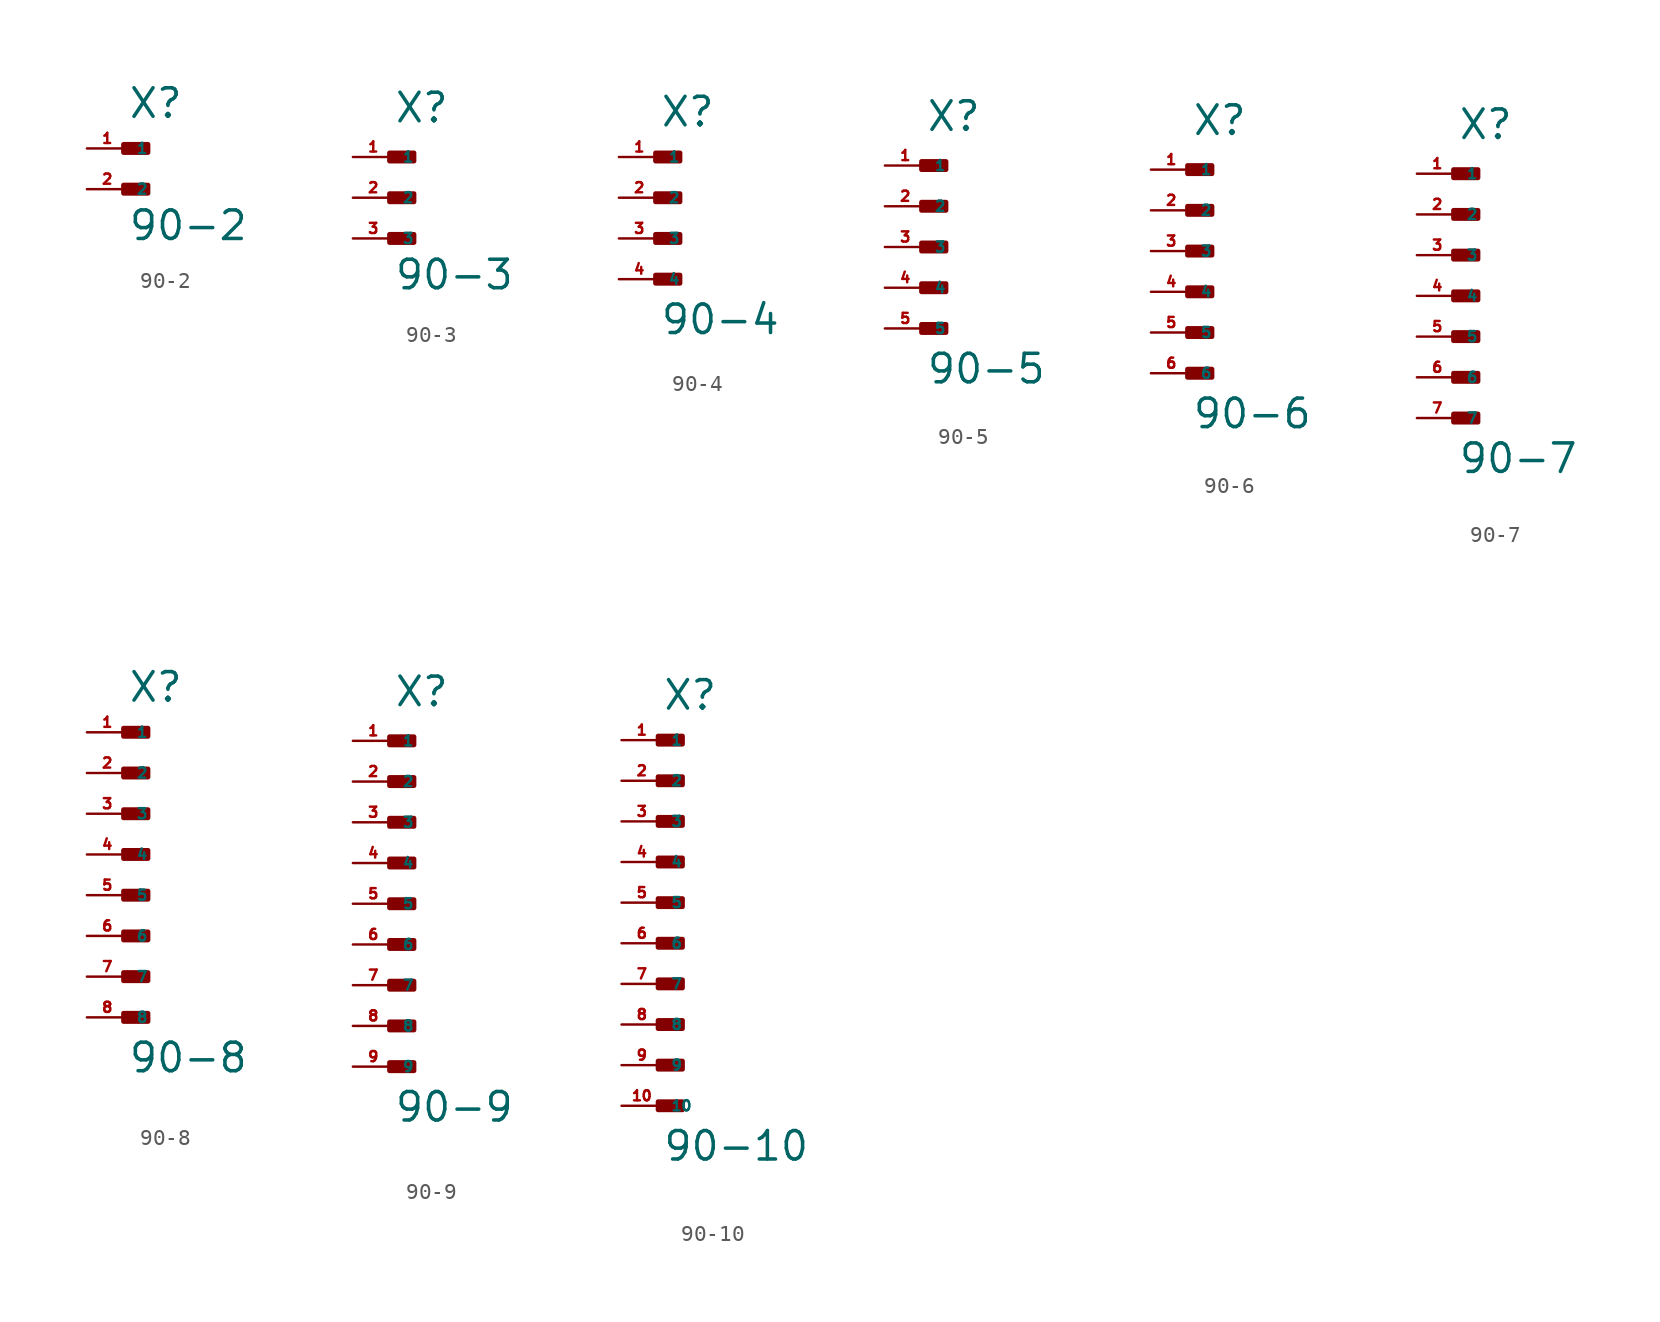
<source format=kicad_sym>
(kicad_symbol_lib
  (version 20220914)
  (generator Eagle2Kicad)
  (symbol "90-2"
    (property "Reference" "X"
      (at 0 1.778 0)
      (effects (font (size 1.778 1.778) (thickness 0.22)) (justify left bottom)))
    (property "Value" "90-2"
      (at 0 -5.842 0)
      (effects (font (size 1.778 1.778) (thickness 0.22)) (justify left bottom)))
    (rectangle
      (start -0.254 -0.254)
      (end 1.27 0.254)
      (stroke (width 0.3) (type default))
      (fill (type outline)))
    (rectangle
      (start -0.254 -2.794)
      (end 1.27 -2.286)
      (stroke (width 0.3) (type default))
      (fill (type outline)))
    (pin passive line
      (at -2.54 0 0)
      (length 2.54)
      (name "1" (effects (font (size 0.635 0.635) (thickness 0.08)) (justify left bottom)))
      (number "1" (effects (font (size 0.635 0.635) (thickness 0.08)) (justify left bottom))))
    (pin passive line
      (at -2.54 -2.54 0)
      (length 2.54)
      (name "2" (effects (font (size 0.635 0.635) (thickness 0.08)) (justify left bottom)))
      (number "2" (effects (font (size 0.635 0.635) (thickness 0.08)) (justify left bottom)))))
  (symbol "90-3"
    (property "Reference" "X"
      (at 0 4.572 0)
      (effects (font (size 1.778 1.778) (thickness 0.22)) (justify left bottom)))
    (property "Value" "90-3"
      (at 0 -5.842 0)
      (effects (font (size 1.778 1.778) (thickness 0.22)) (justify left bottom)))
    (rectangle
      (start -0.254 2.286)
      (end 1.27 2.794)
      (stroke (width 0.3) (type default))
      (fill (type outline)))
    (rectangle
      (start -0.254 -0.254)
      (end 1.27 0.254)
      (stroke (width 0.3) (type default))
      (fill (type outline)))
    (rectangle
      (start -0.254 -2.794)
      (end 1.27 -2.286)
      (stroke (width 0.3) (type default))
      (fill (type outline)))
    (pin passive line
      (at -2.54 2.54 0)
      (length 2.54)
      (name "1" (effects (font (size 0.635 0.635) (thickness 0.08)) (justify left bottom)))
      (number "1" (effects (font (size 0.635 0.635) (thickness 0.08)) (justify left bottom))))
    (pin passive line
      (at -2.54 0 0)
      (length 2.54)
      (name "2" (effects (font (size 0.635 0.635) (thickness 0.08)) (justify left bottom)))
      (number "2" (effects (font (size 0.635 0.635) (thickness 0.08)) (justify left bottom))))
    (pin passive line
      (at -2.54 -2.54 0)
      (length 2.54)
      (name "3" (effects (font (size 0.635 0.635) (thickness 0.08)) (justify left bottom)))
      (number "3" (effects (font (size 0.635 0.635) (thickness 0.08)) (justify left bottom)))))
  (symbol "90-4"
    (property "Reference" "X"
      (at 0 4.318 0)
      (effects (font (size 1.778 1.778) (thickness 0.22)) (justify left bottom)))
    (property "Value" "90-4"
      (at 0 -8.636 0)
      (effects (font (size 1.778 1.778) (thickness 0.22)) (justify left bottom)))
    (rectangle
      (start -0.254 2.286)
      (end 1.27 2.794)
      (stroke (width 0.3) (type default))
      (fill (type outline)))
    (rectangle
      (start -0.254 -0.254)
      (end 1.27 0.254)
      (stroke (width 0.3) (type default))
      (fill (type outline)))
    (rectangle
      (start -0.254 -2.794)
      (end 1.27 -2.286)
      (stroke (width 0.3) (type default))
      (fill (type outline)))
    (rectangle
      (start -0.254 -5.334)
      (end 1.27 -4.826)
      (stroke (width 0.3) (type default))
      (fill (type outline)))
    (pin passive line
      (at -2.54 2.54 0)
      (length 2.54)
      (name "1" (effects (font (size 0.635 0.635) (thickness 0.08)) (justify left bottom)))
      (number "1" (effects (font (size 0.635 0.635) (thickness 0.08)) (justify left bottom))))
    (pin passive line
      (at -2.54 0 0)
      (length 2.54)
      (name "2" (effects (font (size 0.635 0.635) (thickness 0.08)) (justify left bottom)))
      (number "2" (effects (font (size 0.635 0.635) (thickness 0.08)) (justify left bottom))))
    (pin passive line
      (at -2.54 -2.54 0)
      (length 2.54)
      (name "3" (effects (font (size 0.635 0.635) (thickness 0.08)) (justify left bottom)))
      (number "3" (effects (font (size 0.635 0.635) (thickness 0.08)) (justify left bottom))))
    (pin passive line
      (at -2.54 -5.08 0)
      (length 2.54)
      (name "4" (effects (font (size 0.635 0.635) (thickness 0.08)) (justify left bottom)))
      (number "4" (effects (font (size 0.635 0.635) (thickness 0.08)) (justify left bottom)))))
  (symbol "90-5"
    (property "Reference" "X"
      (at 0 7.112 0)
      (effects (font (size 1.778 1.778) (thickness 0.22)) (justify left bottom)))
    (property "Value" "90-5"
      (at 0 -8.636 0)
      (effects (font (size 1.778 1.778) (thickness 0.22)) (justify left bottom)))
    (rectangle
      (start -0.254 4.826)
      (end 1.27 5.334)
      (stroke (width 0.3) (type default))
      (fill (type outline)))
    (rectangle
      (start -0.254 2.286)
      (end 1.27 2.794)
      (stroke (width 0.3) (type default))
      (fill (type outline)))
    (rectangle
      (start -0.254 -0.254)
      (end 1.27 0.254)
      (stroke (width 0.3) (type default))
      (fill (type outline)))
    (rectangle
      (start -0.254 -2.794)
      (end 1.27 -2.286)
      (stroke (width 0.3) (type default))
      (fill (type outline)))
    (rectangle
      (start -0.254 -5.334)
      (end 1.27 -4.826)
      (stroke (width 0.3) (type default))
      (fill (type outline)))
    (pin passive line
      (at -2.54 5.08 0)
      (length 2.54)
      (name "1" (effects (font (size 0.635 0.635) (thickness 0.08)) (justify left bottom)))
      (number "1" (effects (font (size 0.635 0.635) (thickness 0.08)) (justify left bottom))))
    (pin passive line
      (at -2.54 2.54 0)
      (length 2.54)
      (name "2" (effects (font (size 0.635 0.635) (thickness 0.08)) (justify left bottom)))
      (number "2" (effects (font (size 0.635 0.635) (thickness 0.08)) (justify left bottom))))
    (pin passive line
      (at -2.54 0 0)
      (length 2.54)
      (name "3" (effects (font (size 0.635 0.635) (thickness 0.08)) (justify left bottom)))
      (number "3" (effects (font (size 0.635 0.635) (thickness 0.08)) (justify left bottom))))
    (pin passive line
      (at -2.54 -2.54 0)
      (length 2.54)
      (name "4" (effects (font (size 0.635 0.635) (thickness 0.08)) (justify left bottom)))
      (number "4" (effects (font (size 0.635 0.635) (thickness 0.08)) (justify left bottom))))
    (pin passive line
      (at -2.54 -5.08 0)
      (length 2.54)
      (name "5" (effects (font (size 0.635 0.635) (thickness 0.08)) (justify left bottom)))
      (number "5" (effects (font (size 0.635 0.635) (thickness 0.08)) (justify left bottom)))))
  (symbol "90-6"
    (property "Reference" "X"
      (at 0 7.112 0)
      (effects (font (size 1.778 1.778) (thickness 0.22)) (justify left bottom)))
    (property "Value" "90-6"
      (at 0 -11.176 0)
      (effects (font (size 1.778 1.778) (thickness 0.22)) (justify left bottom)))
    (rectangle
      (start -0.254 4.826)
      (end 1.27 5.334)
      (stroke (width 0.3) (type default))
      (fill (type outline)))
    (rectangle
      (start -0.254 2.286)
      (end 1.27 2.794)
      (stroke (width 0.3) (type default))
      (fill (type outline)))
    (rectangle
      (start -0.254 -0.254)
      (end 1.27 0.254)
      (stroke (width 0.3) (type default))
      (fill (type outline)))
    (rectangle
      (start -0.254 -2.794)
      (end 1.27 -2.286)
      (stroke (width 0.3) (type default))
      (fill (type outline)))
    (rectangle
      (start -0.254 -5.334)
      (end 1.27 -4.826)
      (stroke (width 0.3) (type default))
      (fill (type outline)))
    (rectangle
      (start -0.254 -7.874)
      (end 1.27 -7.366)
      (stroke (width 0.3) (type default))
      (fill (type outline)))
    (pin passive line
      (at -2.54 5.08 0)
      (length 2.54)
      (name "1" (effects (font (size 0.635 0.635) (thickness 0.08)) (justify left bottom)))
      (number "1" (effects (font (size 0.635 0.635) (thickness 0.08)) (justify left bottom))))
    (pin passive line
      (at -2.54 2.54 0)
      (length 2.54)
      (name "2" (effects (font (size 0.635 0.635) (thickness 0.08)) (justify left bottom)))
      (number "2" (effects (font (size 0.635 0.635) (thickness 0.08)) (justify left bottom))))
    (pin passive line
      (at -2.54 0 0)
      (length 2.54)
      (name "3" (effects (font (size 0.635 0.635) (thickness 0.08)) (justify left bottom)))
      (number "3" (effects (font (size 0.635 0.635) (thickness 0.08)) (justify left bottom))))
    (pin passive line
      (at -2.54 -2.54 0)
      (length 2.54)
      (name "4" (effects (font (size 0.635 0.635) (thickness 0.08)) (justify left bottom)))
      (number "4" (effects (font (size 0.635 0.635) (thickness 0.08)) (justify left bottom))))
    (pin passive line
      (at -2.54 -5.08 0)
      (length 2.54)
      (name "5" (effects (font (size 0.635 0.635) (thickness 0.08)) (justify left bottom)))
      (number "5" (effects (font (size 0.635 0.635) (thickness 0.08)) (justify left bottom))))
    (pin passive line
      (at -2.54 -7.62 0)
      (length 2.54)
      (name "6" (effects (font (size 0.635 0.635) (thickness 0.08)) (justify left bottom)))
      (number "6" (effects (font (size 0.635 0.635) (thickness 0.08)) (justify left bottom)))))
  (symbol "90-7"
    (property "Reference" "X"
      (at 0 9.652 0)
      (effects (font (size 1.778 1.778) (thickness 0.22)) (justify left bottom)))
    (property "Value" "90-7"
      (at 0 -11.176 0)
      (effects (font (size 1.778 1.778) (thickness 0.22)) (justify left bottom)))
    (rectangle
      (start -0.254 7.366)
      (end 1.27 7.874)
      (stroke (width 0.3) (type default))
      (fill (type outline)))
    (rectangle
      (start -0.254 4.826)
      (end 1.27 5.334)
      (stroke (width 0.3) (type default))
      (fill (type outline)))
    (rectangle
      (start -0.254 2.286)
      (end 1.27 2.794)
      (stroke (width 0.3) (type default))
      (fill (type outline)))
    (rectangle
      (start -0.254 -0.254)
      (end 1.27 0.254)
      (stroke (width 0.3) (type default))
      (fill (type outline)))
    (rectangle
      (start -0.254 -2.794)
      (end 1.27 -2.286)
      (stroke (width 0.3) (type default))
      (fill (type outline)))
    (rectangle
      (start -0.254 -5.334)
      (end 1.27 -4.826)
      (stroke (width 0.3) (type default))
      (fill (type outline)))
    (rectangle
      (start -0.254 -7.874)
      (end 1.27 -7.366)
      (stroke (width 0.3) (type default))
      (fill (type outline)))
    (pin passive line
      (at -2.54 7.62 0)
      (length 2.54)
      (name "1" (effects (font (size 0.635 0.635) (thickness 0.08)) (justify left bottom)))
      (number "1" (effects (font (size 0.635 0.635) (thickness 0.08)) (justify left bottom))))
    (pin passive line
      (at -2.54 5.08 0)
      (length 2.54)
      (name "2" (effects (font (size 0.635 0.635) (thickness 0.08)) (justify left bottom)))
      (number "2" (effects (font (size 0.635 0.635) (thickness 0.08)) (justify left bottom))))
    (pin passive line
      (at -2.54 2.54 0)
      (length 2.54)
      (name "3" (effects (font (size 0.635 0.635) (thickness 0.08)) (justify left bottom)))
      (number "3" (effects (font (size 0.635 0.635) (thickness 0.08)) (justify left bottom))))
    (pin passive line
      (at -2.54 0 0)
      (length 2.54)
      (name "4" (effects (font (size 0.635 0.635) (thickness 0.08)) (justify left bottom)))
      (number "4" (effects (font (size 0.635 0.635) (thickness 0.08)) (justify left bottom))))
    (pin passive line
      (at -2.54 -2.54 0)
      (length 2.54)
      (name "5" (effects (font (size 0.635 0.635) (thickness 0.08)) (justify left bottom)))
      (number "5" (effects (font (size 0.635 0.635) (thickness 0.08)) (justify left bottom))))
    (pin passive line
      (at -2.54 -5.08 0)
      (length 2.54)
      (name "6" (effects (font (size 0.635 0.635) (thickness 0.08)) (justify left bottom)))
      (number "6" (effects (font (size 0.635 0.635) (thickness 0.08)) (justify left bottom))))
    (pin passive line
      (at -2.54 -7.62 0)
      (length 2.54)
      (name "7" (effects (font (size 0.635 0.635) (thickness 0.08)) (justify left bottom)))
      (number "7" (effects (font (size 0.635 0.635) (thickness 0.08)) (justify left bottom)))))
  (symbol "90-8"
    (property "Reference" "X"
      (at 0 9.398 0)
      (effects (font (size 1.778 1.778) (thickness 0.22)) (justify left bottom)))
    (property "Value" "90-8"
      (at 0 -13.716 0)
      (effects (font (size 1.778 1.778) (thickness 0.22)) (justify left bottom)))
    (rectangle
      (start -0.254 7.366)
      (end 1.27 7.874)
      (stroke (width 0.3) (type default))
      (fill (type outline)))
    (rectangle
      (start -0.254 4.826)
      (end 1.27 5.334)
      (stroke (width 0.3) (type default))
      (fill (type outline)))
    (rectangle
      (start -0.254 2.286)
      (end 1.27 2.794)
      (stroke (width 0.3) (type default))
      (fill (type outline)))
    (rectangle
      (start -0.254 -0.254)
      (end 1.27 0.254)
      (stroke (width 0.3) (type default))
      (fill (type outline)))
    (rectangle
      (start -0.254 -2.794)
      (end 1.27 -2.286)
      (stroke (width 0.3) (type default))
      (fill (type outline)))
    (rectangle
      (start -0.254 -5.334)
      (end 1.27 -4.826)
      (stroke (width 0.3) (type default))
      (fill (type outline)))
    (rectangle
      (start -0.254 -7.874)
      (end 1.27 -7.366)
      (stroke (width 0.3) (type default))
      (fill (type outline)))
    (rectangle
      (start -0.254 -10.414)
      (end 1.27 -9.906)
      (stroke (width 0.3) (type default))
      (fill (type outline)))
    (pin passive line
      (at -2.54 7.62 0)
      (length 2.54)
      (name "1" (effects (font (size 0.635 0.635) (thickness 0.08)) (justify left bottom)))
      (number "1" (effects (font (size 0.635 0.635) (thickness 0.08)) (justify left bottom))))
    (pin passive line
      (at -2.54 5.08 0)
      (length 2.54)
      (name "2" (effects (font (size 0.635 0.635) (thickness 0.08)) (justify left bottom)))
      (number "2" (effects (font (size 0.635 0.635) (thickness 0.08)) (justify left bottom))))
    (pin passive line
      (at -2.54 2.54 0)
      (length 2.54)
      (name "3" (effects (font (size 0.635 0.635) (thickness 0.08)) (justify left bottom)))
      (number "3" (effects (font (size 0.635 0.635) (thickness 0.08)) (justify left bottom))))
    (pin passive line
      (at -2.54 0 0)
      (length 2.54)
      (name "4" (effects (font (size 0.635 0.635) (thickness 0.08)) (justify left bottom)))
      (number "4" (effects (font (size 0.635 0.635) (thickness 0.08)) (justify left bottom))))
    (pin passive line
      (at -2.54 -2.54 0)
      (length 2.54)
      (name "5" (effects (font (size 0.635 0.635) (thickness 0.08)) (justify left bottom)))
      (number "5" (effects (font (size 0.635 0.635) (thickness 0.08)) (justify left bottom))))
    (pin passive line
      (at -2.54 -5.08 0)
      (length 2.54)
      (name "6" (effects (font (size 0.635 0.635) (thickness 0.08)) (justify left bottom)))
      (number "6" (effects (font (size 0.635 0.635) (thickness 0.08)) (justify left bottom))))
    (pin passive line
      (at -2.54 -7.62 0)
      (length 2.54)
      (name "7" (effects (font (size 0.635 0.635) (thickness 0.08)) (justify left bottom)))
      (number "7" (effects (font (size 0.635 0.635) (thickness 0.08)) (justify left bottom))))
    (pin passive line
      (at -2.54 -10.16 0)
      (length 2.54)
      (name "8" (effects (font (size 0.635 0.635) (thickness 0.08)) (justify left bottom)))
      (number "8" (effects (font (size 0.635 0.635) (thickness 0.08)) (justify left bottom)))))
  (symbol "90-9"
    (property "Reference" "X"
      (at 0 12.192 0)
      (effects (font (size 1.778 1.778) (thickness 0.22)) (justify left bottom)))
    (property "Value" "90-9"
      (at 0 -13.716 0)
      (effects (font (size 1.778 1.778) (thickness 0.22)) (justify left bottom)))
    (rectangle
      (start -0.254 9.906)
      (end 1.27 10.414)
      (stroke (width 0.3) (type default))
      (fill (type outline)))
    (rectangle
      (start -0.254 7.366)
      (end 1.27 7.874)
      (stroke (width 0.3) (type default))
      (fill (type outline)))
    (rectangle
      (start -0.254 4.826)
      (end 1.27 5.334)
      (stroke (width 0.3) (type default))
      (fill (type outline)))
    (rectangle
      (start -0.254 2.286)
      (end 1.27 2.794)
      (stroke (width 0.3) (type default))
      (fill (type outline)))
    (rectangle
      (start -0.254 -0.254)
      (end 1.27 0.254)
      (stroke (width 0.3) (type default))
      (fill (type outline)))
    (rectangle
      (start -0.254 -2.794)
      (end 1.27 -2.286)
      (stroke (width 0.3) (type default))
      (fill (type outline)))
    (rectangle
      (start -0.254 -5.334)
      (end 1.27 -4.826)
      (stroke (width 0.3) (type default))
      (fill (type outline)))
    (rectangle
      (start -0.254 -7.874)
      (end 1.27 -7.366)
      (stroke (width 0.3) (type default))
      (fill (type outline)))
    (rectangle
      (start -0.254 -10.414)
      (end 1.27 -9.906)
      (stroke (width 0.3) (type default))
      (fill (type outline)))
    (pin passive line
      (at -2.54 10.16 0)
      (length 2.54)
      (name "1" (effects (font (size 0.635 0.635) (thickness 0.08)) (justify left bottom)))
      (number "1" (effects (font (size 0.635 0.635) (thickness 0.08)) (justify left bottom))))
    (pin passive line
      (at -2.54 7.62 0)
      (length 2.54)
      (name "2" (effects (font (size 0.635 0.635) (thickness 0.08)) (justify left bottom)))
      (number "2" (effects (font (size 0.635 0.635) (thickness 0.08)) (justify left bottom))))
    (pin passive line
      (at -2.54 5.08 0)
      (length 2.54)
      (name "3" (effects (font (size 0.635 0.635) (thickness 0.08)) (justify left bottom)))
      (number "3" (effects (font (size 0.635 0.635) (thickness 0.08)) (justify left bottom))))
    (pin passive line
      (at -2.54 2.54 0)
      (length 2.54)
      (name "4" (effects (font (size 0.635 0.635) (thickness 0.08)) (justify left bottom)))
      (number "4" (effects (font (size 0.635 0.635) (thickness 0.08)) (justify left bottom))))
    (pin passive line
      (at -2.54 0 0)
      (length 2.54)
      (name "5" (effects (font (size 0.635 0.635) (thickness 0.08)) (justify left bottom)))
      (number "5" (effects (font (size 0.635 0.635) (thickness 0.08)) (justify left bottom))))
    (pin passive line
      (at -2.54 -2.54 0)
      (length 2.54)
      (name "6" (effects (font (size 0.635 0.635) (thickness 0.08)) (justify left bottom)))
      (number "6" (effects (font (size 0.635 0.635) (thickness 0.08)) (justify left bottom))))
    (pin passive line
      (at -2.54 -5.08 0)
      (length 2.54)
      (name "7" (effects (font (size 0.635 0.635) (thickness 0.08)) (justify left bottom)))
      (number "7" (effects (font (size 0.635 0.635) (thickness 0.08)) (justify left bottom))))
    (pin passive line
      (at -2.54 -7.62 0)
      (length 2.54)
      (name "8" (effects (font (size 0.635 0.635) (thickness 0.08)) (justify left bottom)))
      (number "8" (effects (font (size 0.635 0.635) (thickness 0.08)) (justify left bottom))))
    (pin passive line
      (at -2.54 -10.16 0)
      (length 2.54)
      (name "9" (effects (font (size 0.635 0.635) (thickness 0.08)) (justify left bottom)))
      (number "9" (effects (font (size 0.635 0.635) (thickness 0.08)) (justify left bottom)))))
  (symbol "90-10"
    (property "Reference" "X"
      (at 0 11.938 0)
      (effects (font (size 1.778 1.778) (thickness 0.22)) (justify left bottom)))
    (property "Value" "90-10"
      (at 0 -16.256 0)
      (effects (font (size 1.778 1.778) (thickness 0.22)) (justify left bottom)))
    (rectangle
      (start -0.254 9.906)
      (end 1.27 10.414)
      (stroke (width 0.3) (type default))
      (fill (type outline)))
    (rectangle
      (start -0.254 7.366)
      (end 1.27 7.874)
      (stroke (width 0.3) (type default))
      (fill (type outline)))
    (rectangle
      (start -0.254 4.826)
      (end 1.27 5.334)
      (stroke (width 0.3) (type default))
      (fill (type outline)))
    (rectangle
      (start -0.254 2.286)
      (end 1.27 2.794)
      (stroke (width 0.3) (type default))
      (fill (type outline)))
    (rectangle
      (start -0.254 -0.254)
      (end 1.27 0.254)
      (stroke (width 0.3) (type default))
      (fill (type outline)))
    (rectangle
      (start -0.254 -2.794)
      (end 1.27 -2.286)
      (stroke (width 0.3) (type default))
      (fill (type outline)))
    (rectangle
      (start -0.254 -5.334)
      (end 1.27 -4.826)
      (stroke (width 0.3) (type default))
      (fill (type outline)))
    (rectangle
      (start -0.254 -7.874)
      (end 1.27 -7.366)
      (stroke (width 0.3) (type default))
      (fill (type outline)))
    (rectangle
      (start -0.254 -10.414)
      (end 1.27 -9.906)
      (stroke (width 0.3) (type default))
      (fill (type outline)))
    (rectangle
      (start -0.254 -12.954)
      (end 1.27 -12.446)
      (stroke (width 0.3) (type default))
      (fill (type outline)))
    (pin passive line
      (at -2.54 10.16 0)
      (length 2.54)
      (name "1" (effects (font (size 0.635 0.635) (thickness 0.08)) (justify left bottom)))
      (number "1" (effects (font (size 0.635 0.635) (thickness 0.08)) (justify left bottom))))
    (pin passive line
      (at -2.54 7.62 0)
      (length 2.54)
      (name "2" (effects (font (size 0.635 0.635) (thickness 0.08)) (justify left bottom)))
      (number "2" (effects (font (size 0.635 0.635) (thickness 0.08)) (justify left bottom))))
    (pin passive line
      (at -2.54 5.08 0)
      (length 2.54)
      (name "3" (effects (font (size 0.635 0.635) (thickness 0.08)) (justify left bottom)))
      (number "3" (effects (font (size 0.635 0.635) (thickness 0.08)) (justify left bottom))))
    (pin passive line
      (at -2.54 2.54 0)
      (length 2.54)
      (name "4" (effects (font (size 0.635 0.635) (thickness 0.08)) (justify left bottom)))
      (number "4" (effects (font (size 0.635 0.635) (thickness 0.08)) (justify left bottom))))
    (pin passive line
      (at -2.54 0 0)
      (length 2.54)
      (name "5" (effects (font (size 0.635 0.635) (thickness 0.08)) (justify left bottom)))
      (number "5" (effects (font (size 0.635 0.635) (thickness 0.08)) (justify left bottom))))
    (pin passive line
      (at -2.54 -2.54 0)
      (length 2.54)
      (name "6" (effects (font (size 0.635 0.635) (thickness 0.08)) (justify left bottom)))
      (number "6" (effects (font (size 0.635 0.635) (thickness 0.08)) (justify left bottom))))
    (pin passive line
      (at -2.54 -5.08 0)
      (length 2.54)
      (name "7" (effects (font (size 0.635 0.635) (thickness 0.08)) (justify left bottom)))
      (number "7" (effects (font (size 0.635 0.635) (thickness 0.08)) (justify left bottom))))
    (pin passive line
      (at -2.54 -7.62 0)
      (length 2.54)
      (name "8" (effects (font (size 0.635 0.635) (thickness 0.08)) (justify left bottom)))
      (number "8" (effects (font (size 0.635 0.635) (thickness 0.08)) (justify left bottom))))
    (pin passive line
      (at -2.54 -10.16 0)
      (length 2.54)
      (name "9" (effects (font (size 0.635 0.635) (thickness 0.08)) (justify left bottom)))
      (number "9" (effects (font (size 0.635 0.635) (thickness 0.08)) (justify left bottom))))
    (pin passive line
      (at -2.54 -12.7 0)
      (length 2.54)
      (name "10" (effects (font (size 0.635 0.635) (thickness 0.08)) (justify left bottom)))
      (number "10" (effects (font (size 0.635 0.635) (thickness 0.08)) (justify left bottom))))))
</source>
